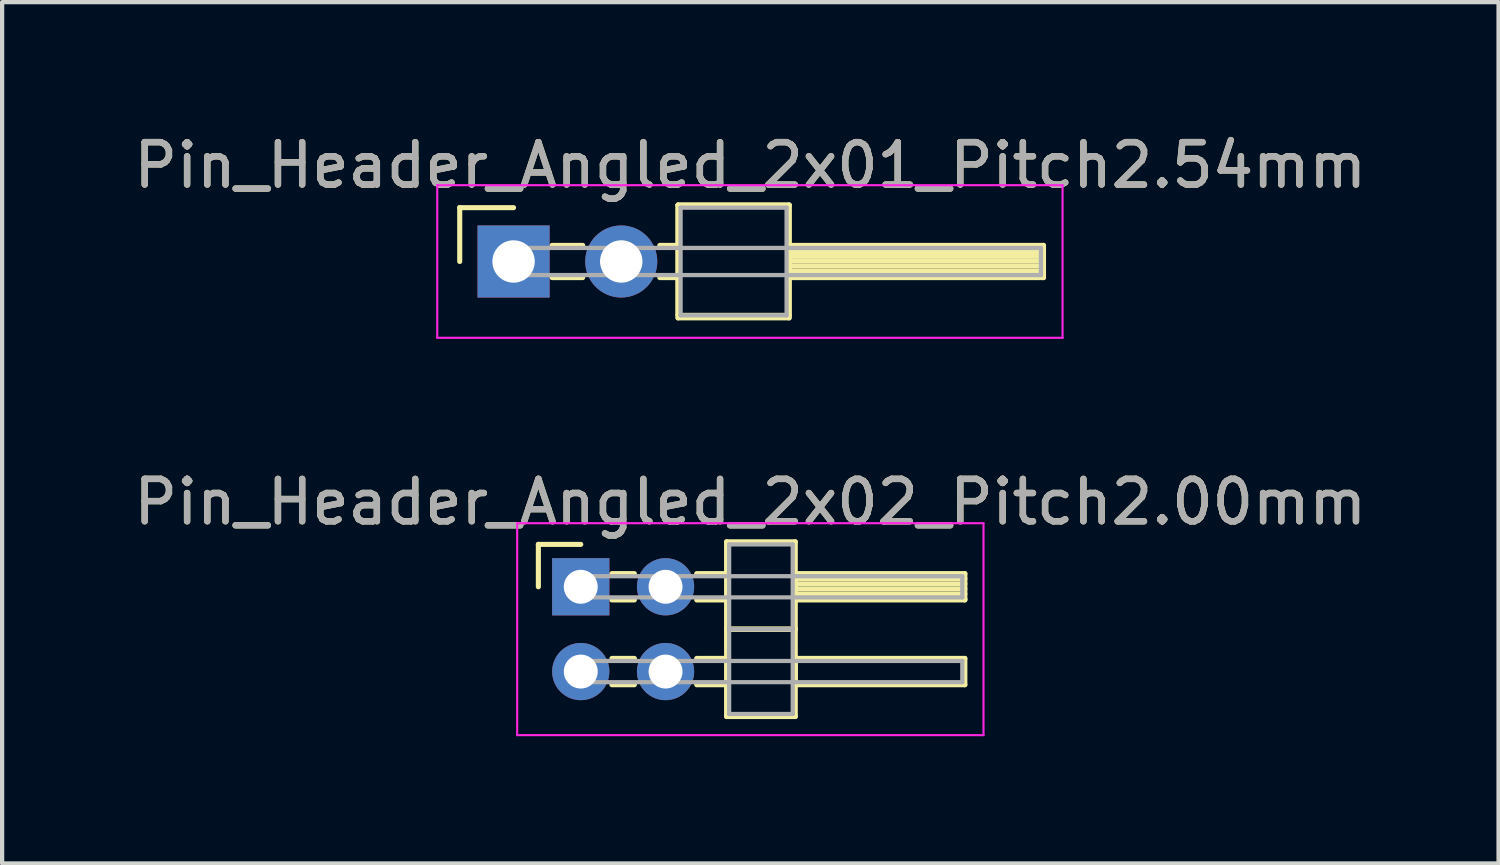
<source format=kicad_pcb>
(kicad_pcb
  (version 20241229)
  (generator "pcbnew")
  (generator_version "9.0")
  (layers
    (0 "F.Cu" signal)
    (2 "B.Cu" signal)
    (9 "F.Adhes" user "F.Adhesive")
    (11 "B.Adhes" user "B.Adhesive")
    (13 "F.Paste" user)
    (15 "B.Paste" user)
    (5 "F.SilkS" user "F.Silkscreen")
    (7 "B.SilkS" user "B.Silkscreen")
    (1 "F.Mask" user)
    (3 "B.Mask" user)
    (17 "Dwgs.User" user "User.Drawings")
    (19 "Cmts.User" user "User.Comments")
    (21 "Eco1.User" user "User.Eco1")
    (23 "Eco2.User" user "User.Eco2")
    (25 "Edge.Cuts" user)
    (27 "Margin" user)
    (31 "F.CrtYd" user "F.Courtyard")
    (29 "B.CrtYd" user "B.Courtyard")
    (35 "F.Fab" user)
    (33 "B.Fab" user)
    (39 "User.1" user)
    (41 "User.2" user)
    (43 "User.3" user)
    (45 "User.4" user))
  (footprint "Pin_Header_Angled_2x01_Pitch2.54mm"
    (layer "F.Cu")
    (at 9.064 3.118)
    (property "Reference" "Pin_Header_Angled_2x01_Pitch2.54mm" (at 5.585 -2.27 0) (layer "F.SilkS") (effects (font (size 1 1) (thickness 0.15))))
    (attr through_hole)
    (fp_line (start -1.27 -1.27) (end 0 -1.27) (stroke (width 0.12) (type solid)) (layer "F.SilkS"))
    (fp_line (start -1.27 0) (end -1.27 -1.27) (stroke (width 0.12) (type solid)) (layer "F.SilkS"))
    (fp_line (start 0.91 -0.38) (end 1.63 -0.38) (stroke (width 0.12) (type solid)) (layer "F.SilkS"))
    (fp_line (start 0.91 0.38) (end 1.63 0.38) (stroke (width 0.12) (type solid)) (layer "F.SilkS"))
    (fp_line (start 3.45 -0.38) (end 3.88 -0.38) (stroke (width 0.12) (type solid)) (layer "F.SilkS"))
    (fp_line (start 3.45 0.38) (end 3.88 0.38) (stroke (width 0.12) (type solid)) (layer "F.SilkS"))
    (fp_line (start 3.88 -1.33) (end 3.88 1.27) (stroke (width 0.12) (type solid)) (layer "F.SilkS"))
    (fp_line (start 3.88 -1.33) (end 3.88 1.33) (stroke (width 0.12) (type solid)) (layer "F.SilkS"))
    (fp_line (start 3.88 1.27) (end 6.5 1.27) (stroke (width 0.12) (type solid)) (layer "F.SilkS"))
    (fp_line (start 3.88 1.33) (end 6.5 1.33) (stroke (width 0.12) (type solid)) (layer "F.SilkS"))
    (fp_line (start 6.5 -1.33) (end 3.88 -1.33) (stroke (width 0.12) (type solid)) (layer "F.SilkS"))
    (fp_line (start 6.5 -1.33) (end 3.88 -1.33) (stroke (width 0.12) (type solid)) (layer "F.SilkS"))
    (fp_line (start 6.5 -0.38) (end 6.5 0.38) (stroke (width 0.12) (type solid)) (layer "F.SilkS"))
    (fp_line (start 6.5 -0.26) (end 12.5 -0.26) (stroke (width 0.12) (type solid)) (layer "F.SilkS"))
    (fp_line (start 6.5 -0.14) (end 12.5 -0.14) (stroke (width 0.12) (type solid)) (layer "F.SilkS"))
    (fp_line (start 6.5 -0.02) (end 12.5 -0.02) (stroke (width 0.12) (type solid)) (layer "F.SilkS"))
    (fp_line (start 6.5 0.1) (end 12.5 0.1) (stroke (width 0.12) (type solid)) (layer "F.SilkS"))
    (fp_line (start 6.5 0.22) (end 12.5 0.22) (stroke (width 0.12) (type solid)) (layer "F.SilkS"))
    (fp_line (start 6.5 0.34) (end 12.5 0.34) (stroke (width 0.12) (type solid)) (layer "F.SilkS"))
    (fp_line (start 6.5 0.38) (end 12.5 0.38) (stroke (width 0.12) (type solid)) (layer "F.SilkS"))
    (fp_line (start 6.5 1.27) (end 6.5 -1.33) (stroke (width 0.12) (type solid)) (layer "F.SilkS"))
    (fp_line (start 6.5 1.33) (end 6.5 -1.33) (stroke (width 0.12) (type solid)) (layer "F.SilkS"))
    (fp_line (start 12.5 -0.38) (end 6.5 -0.38) (stroke (width 0.12) (type solid)) (layer "F.SilkS"))
    (fp_line (start 12.5 0.38) (end 12.5 -0.38) (stroke (width 0.12) (type solid)) (layer "F.SilkS"))
    (fp_line (start -1.8 -1.8) (end -1.8 1.8) (stroke (width 0.05) (type solid)) (layer "F.CrtYd"))
    (fp_line (start -1.8 1.8) (end 12.95 1.8) (stroke (width 0.05) (type solid)) (layer "F.CrtYd"))
    (fp_line (start 12.95 -1.8) (end -1.8 -1.8) (stroke (width 0.05) (type solid)) (layer "F.CrtYd"))
    (fp_line (start 12.95 1.8) (end 12.95 -1.8) (stroke (width 0.05) (type solid)) (layer "F.CrtYd"))
    (fp_line (start 0 -0.32) (end 0 0.32) (stroke (width 0.1) (type solid)) (layer "F.Fab"))
    (fp_line (start 0 0.32) (end 12.44 0.32) (stroke (width 0.1) (type solid)) (layer "F.Fab"))
    (fp_line (start 3.94 -1.27) (end 3.94 1.27) (stroke (width 0.1) (type solid)) (layer "F.Fab"))
    (fp_line (start 3.94 1.27) (end 6.44 1.27) (stroke (width 0.1) (type solid)) (layer "F.Fab"))
    (fp_line (start 6.44 -1.27) (end 3.94 -1.27) (stroke (width 0.1) (type solid)) (layer "F.Fab"))
    (fp_line (start 6.44 1.27) (end 6.44 -1.27) (stroke (width 0.1) (type solid)) (layer "F.Fab"))
    (fp_line (start 12.44 -0.32) (end 0 -0.32) (stroke (width 0.1) (type solid)) (layer "F.Fab"))
    (fp_line (start 12.44 0.32) (end 12.44 -0.32) (stroke (width 0.1) (type solid)) (layer "F.Fab"))
    (fp_text user "${REFERENCE}" (at 5.585 -2.27 0) (layer "F.Fab") (effects (font (size 1 1) (thickness 0.15))))
    (pad "1" thru_hole rect (at 0 0) (size 1.7 1.7) (drill 1) (layers "*.Cu" "*.Mask"))
    (pad "2" thru_hole oval (at 2.54 0) (size 1.7 1.7) (drill 1) (layers "*.Cu" "*.Mask")))
  (footprint "Pin_Header_Angled_2x02_Pitch2.00mm"
    (layer "F.Cu")
    (at 10.649 10.791)
    (property "Reference" "Pin_Header_Angled_2x02_Pitch2.00mm" (at 4 -2 0) (layer "F.SilkS") (effects (font (size 1 1) (thickness 0.15))))
    (attr through_hole)
    (fp_line (start -1 -1) (end 0 -1) (stroke (width 0.12) (type solid)) (layer "F.SilkS"))
    (fp_line (start -1 0) (end -1 -1) (stroke (width 0.12) (type solid)) (layer "F.SilkS"))
    (fp_line (start 0.735 -0.31) (end 1.265 -0.31) (stroke (width 0.12) (type solid)) (layer "F.SilkS"))
    (fp_line (start 0.735 0.31) (end 1.265 0.31) (stroke (width 0.12) (type solid)) (layer "F.SilkS"))
    (fp_line (start 0.735 1.69) (end 1.265 1.69) (stroke (width 0.12) (type solid)) (layer "F.SilkS"))
    (fp_line (start 0.735 2.31) (end 1.265 2.31) (stroke (width 0.12) (type solid)) (layer "F.SilkS"))
    (fp_line (start 2.735 -0.31) (end 3.44 -0.31) (stroke (width 0.12) (type solid)) (layer "F.SilkS"))
    (fp_line (start 2.735 0.31) (end 3.44 0.31) (stroke (width 0.12) (type solid)) (layer "F.SilkS"))
    (fp_line (start 2.735 1.69) (end 3.44 1.69) (stroke (width 0.12) (type solid)) (layer "F.SilkS"))
    (fp_line (start 2.735 2.31) (end 3.44 2.31) (stroke (width 0.12) (type solid)) (layer "F.SilkS"))
    (fp_line (start 3.44 -1.06) (end 3.44 1) (stroke (width 0.12) (type solid)) (layer "F.SilkS"))
    (fp_line (start 3.44 1) (end 3.44 3.06) (stroke (width 0.12) (type solid)) (layer "F.SilkS"))
    (fp_line (start 3.44 1) (end 5.06 1) (stroke (width 0.12) (type solid)) (layer "F.SilkS"))
    (fp_line (start 3.44 3.06) (end 5.06 3.06) (stroke (width 0.12) (type solid)) (layer "F.SilkS"))
    (fp_line (start 5.06 -1.06) (end 3.44 -1.06) (stroke (width 0.12) (type solid)) (layer "F.SilkS"))
    (fp_line (start 5.06 -0.31) (end 5.06 0.31) (stroke (width 0.12) (type solid)) (layer "F.SilkS"))
    (fp_line (start 5.06 -0.19) (end 9.06 -0.19) (stroke (width 0.12) (type solid)) (layer "F.SilkS"))
    (fp_line (start 5.06 -0.07) (end 9.06 -0.07) (stroke (width 0.12) (type solid)) (layer "F.SilkS"))
    (fp_line (start 5.06 0.05) (end 9.06 0.05) (stroke (width 0.12) (type solid)) (layer "F.SilkS"))
    (fp_line (start 5.06 0.17) (end 9.06 0.17) (stroke (width 0.12) (type solid)) (layer "F.SilkS"))
    (fp_line (start 5.06 0.29) (end 9.06 0.29) (stroke (width 0.12) (type solid)) (layer "F.SilkS"))
    (fp_line (start 5.06 0.31) (end 9.06 0.31) (stroke (width 0.12) (type solid)) (layer "F.SilkS"))
    (fp_line (start 5.06 1) (end 3.44 1) (stroke (width 0.12) (type solid)) (layer "F.SilkS"))
    (fp_line (start 5.06 1) (end 5.06 -1.06) (stroke (width 0.12) (type solid)) (layer "F.SilkS"))
    (fp_line (start 5.06 1.69) (end 5.06 2.31) (stroke (width 0.12) (type solid)) (layer "F.SilkS"))
    (fp_line (start 5.06 2.31) (end 9.06 2.31) (stroke (width 0.12) (type solid)) (layer "F.SilkS"))
    (fp_line (start 5.06 3.06) (end 5.06 1) (stroke (width 0.12) (type solid)) (layer "F.SilkS"))
    (fp_line (start 9.06 -0.31) (end 5.06 -0.31) (stroke (width 0.12) (type solid)) (layer "F.SilkS"))
    (fp_line (start 9.06 0.31) (end 9.06 -0.31) (stroke (width 0.12) (type solid)) (layer "F.SilkS"))
    (fp_line (start 9.06 1.69) (end 5.06 1.69) (stroke (width 0.12) (type solid)) (layer "F.SilkS"))
    (fp_line (start 9.06 2.31) (end 9.06 1.69) (stroke (width 0.12) (type solid)) (layer "F.SilkS"))
    (fp_line (start -1.5 -1.5) (end -1.5 3.5) (stroke (width 0.05) (type solid)) (layer "F.CrtYd"))
    (fp_line (start -1.5 3.5) (end 9.5 3.5) (stroke (width 0.05) (type solid)) (layer "F.CrtYd"))
    (fp_line (start 9.5 -1.5) (end -1.5 -1.5) (stroke (width 0.05) (type solid)) (layer "F.CrtYd"))
    (fp_line (start 9.5 3.5) (end 9.5 -1.5) (stroke (width 0.05) (type solid)) (layer "F.CrtYd"))
    (fp_line (start 0 -0.25) (end 0 0.25) (stroke (width 0.1) (type solid)) (layer "F.Fab"))
    (fp_line (start 0 0.25) (end 9 0.25) (stroke (width 0.1) (type solid)) (layer "F.Fab"))
    (fp_line (start 0 1.75) (end 0 2.25) (stroke (width 0.1) (type solid)) (layer "F.Fab"))
    (fp_line (start 0 2.25) (end 9 2.25) (stroke (width 0.1) (type solid)) (layer "F.Fab"))
    (fp_line (start 3.5 -1) (end 3.5 1) (stroke (width 0.1) (type solid)) (layer "F.Fab"))
    (fp_line (start 3.5 1) (end 3.5 3) (stroke (width 0.1) (type solid)) (layer "F.Fab"))
    (fp_line (start 3.5 1) (end 5 1) (stroke (width 0.1) (type solid)) (layer "F.Fab"))
    (fp_line (start 3.5 3) (end 5 3) (stroke (width 0.1) (type solid)) (layer "F.Fab"))
    (fp_line (start 5 -1) (end 3.5 -1) (stroke (width 0.1) (type solid)) (layer "F.Fab"))
    (fp_line (start 5 1) (end 3.5 1) (stroke (width 0.1) (type solid)) (layer "F.Fab"))
    (fp_line (start 5 1) (end 5 -1) (stroke (width 0.1) (type solid)) (layer "F.Fab"))
    (fp_line (start 5 3) (end 5 1) (stroke (width 0.1) (type solid)) (layer "F.Fab"))
    (fp_line (start 9 -0.25) (end 0 -0.25) (stroke (width 0.1) (type solid)) (layer "F.Fab"))
    (fp_line (start 9 0.25) (end 9 -0.25) (stroke (width 0.1) (type solid)) (layer "F.Fab"))
    (fp_line (start 9 1.75) (end 0 1.75) (stroke (width 0.1) (type solid)) (layer "F.Fab"))
    (fp_line (start 9 2.25) (end 9 1.75) (stroke (width 0.1) (type solid)) (layer "F.Fab"))
    (fp_text user "${REFERENCE}" (at 4 -2 0) (layer "F.Fab") (effects (font (size 1 1) (thickness 0.15))))
    (pad "1" thru_hole rect (at 0 0) (size 1.35 1.35) (drill 0.8) (layers "*.Cu" "*.Mask"))
    (pad "2" thru_hole oval (at 2 0) (size 1.35 1.35) (drill 0.8) (layers "*.Cu" "*.Mask"))
    (pad "3" thru_hole oval (at 0 2) (size 1.35 1.35) (drill 0.8) (layers "*.Cu" "*.Mask"))
    (pad "4" thru_hole oval (at 2 2) (size 1.35 1.35) (drill 0.8) (layers "*.Cu" "*.Mask")))
  (gr_rect
    (start -3 -3)
    (end 32.298 17.317)
    (stroke (width 0.1) (type default))
    (fill no)
    (layer "Edge.Cuts")))
</source>
